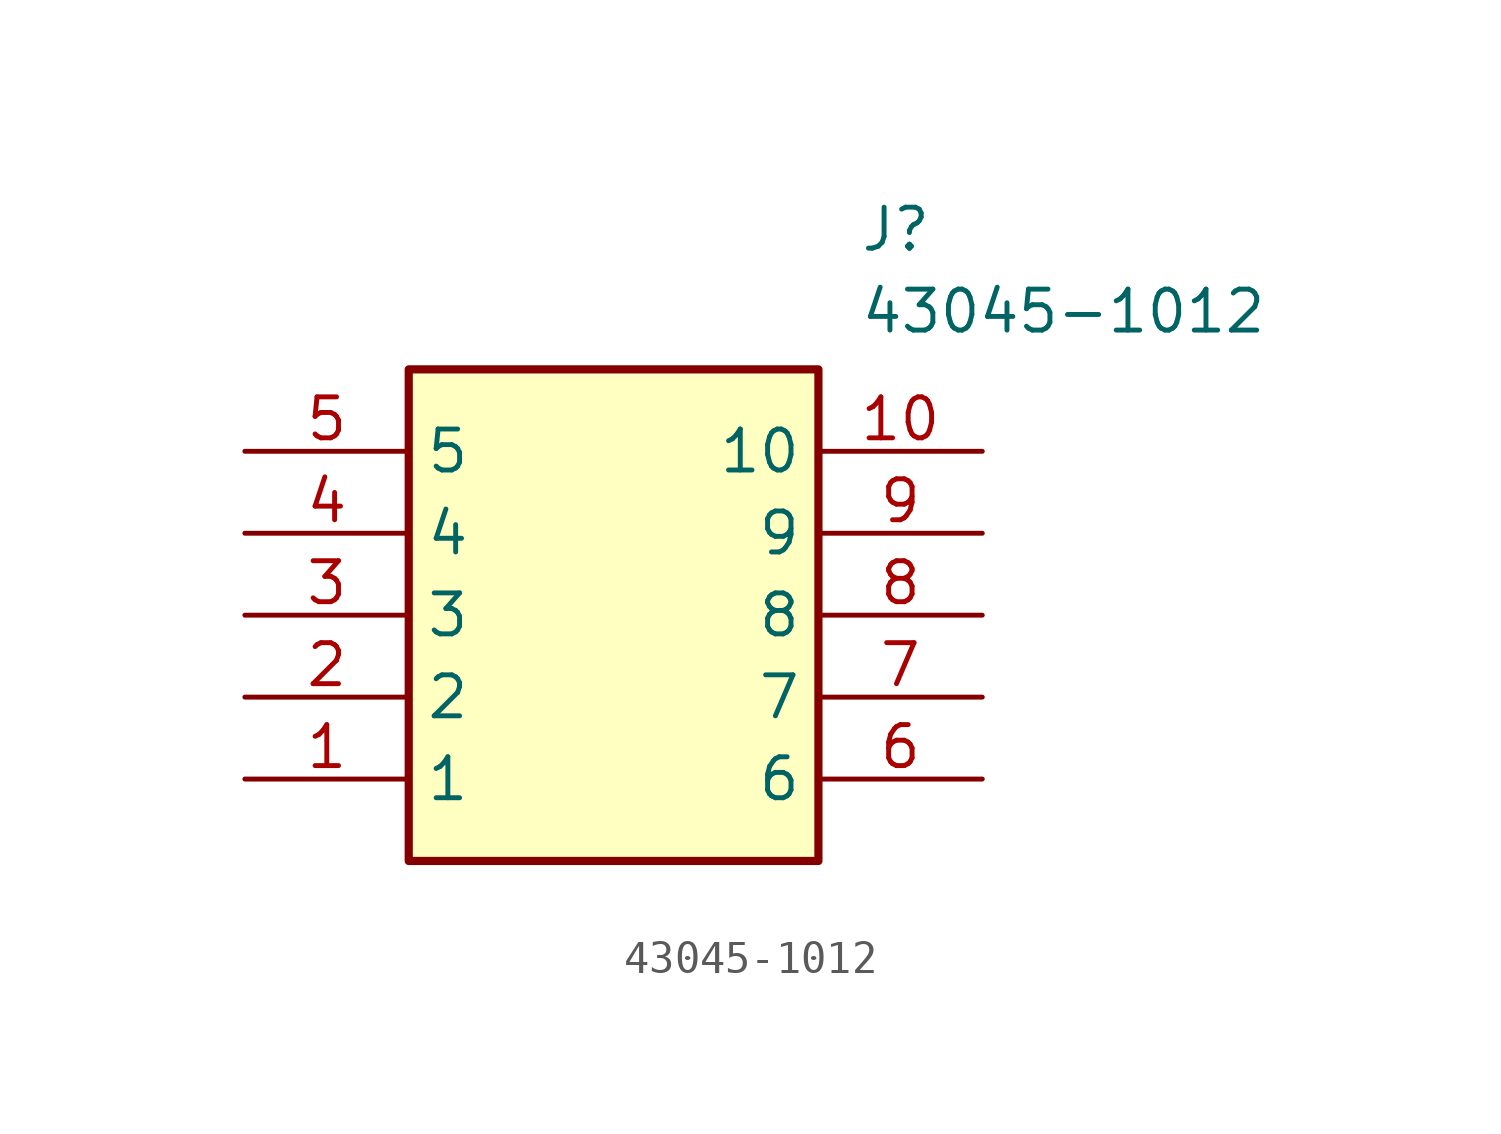
<source format=kicad_sym>
(kicad_symbol_lib
  (version 20211014)
  (generator SamacSys_ECAD_Model)
  (symbol "43045-1012"
    (property "Reference" "J"
      (at 19.05 7.62 0)
      (effects (font (size 1.27 1.27)) (justify left top)))
    (property "Value" "43045-1012"
      (at 19.05 5.08 0)
      (effects (font (size 1.27 1.27)) (justify left top)))
    (rectangle
      (start 5.08 2.54)
      (end 17.78 -12.7)
      (stroke (width 0.254) (type default))
      (fill (type background)))
    (pin passive line
      (at 0 -10.16 0)
      (length 5.08)
      (name "1" (effects (font (size 1.27 1.27))))
      (number "1" (effects (font (size 1.27 1.27)))))
    (pin passive line
      (at 0 -7.62 0)
      (length 5.08)
      (name "2" (effects (font (size 1.27 1.27))))
      (number "2" (effects (font (size 1.27 1.27)))))
    (pin passive line
      (at 0 -5.08 0)
      (length 5.08)
      (name "3" (effects (font (size 1.27 1.27))))
      (number "3" (effects (font (size 1.27 1.27)))))
    (pin passive line
      (at 0 -2.54 0)
      (length 5.08)
      (name "4" (effects (font (size 1.27 1.27))))
      (number "4" (effects (font (size 1.27 1.27)))))
    (pin passive line
      (at 0 0 0)
      (length 5.08)
      (name "5" (effects (font (size 1.27 1.27))))
      (number "5" (effects (font (size 1.27 1.27)))))
    (pin passive line
      (at 22.86 -10.16 180)
      (length 5.08)
      (name "6" (effects (font (size 1.27 1.27))))
      (number "6" (effects (font (size 1.27 1.27)))))
    (pin passive line
      (at 22.86 -7.62 180)
      (length 5.08)
      (name "7" (effects (font (size 1.27 1.27))))
      (number "7" (effects (font (size 1.27 1.27)))))
    (pin passive line
      (at 22.86 -5.08 180)
      (length 5.08)
      (name "8" (effects (font (size 1.27 1.27))))
      (number "8" (effects (font (size 1.27 1.27)))))
    (pin passive line
      (at 22.86 -2.54 180)
      (length 5.08)
      (name "9" (effects (font (size 1.27 1.27))))
      (number "9" (effects (font (size 1.27 1.27)))))
    (pin passive line
      (at 22.86 0 180)
      (length 5.08)
      (name "10" (effects (font (size 1.27 1.27))))
      (number "10" (effects (font (size 1.27 1.27)))))))
</source>
